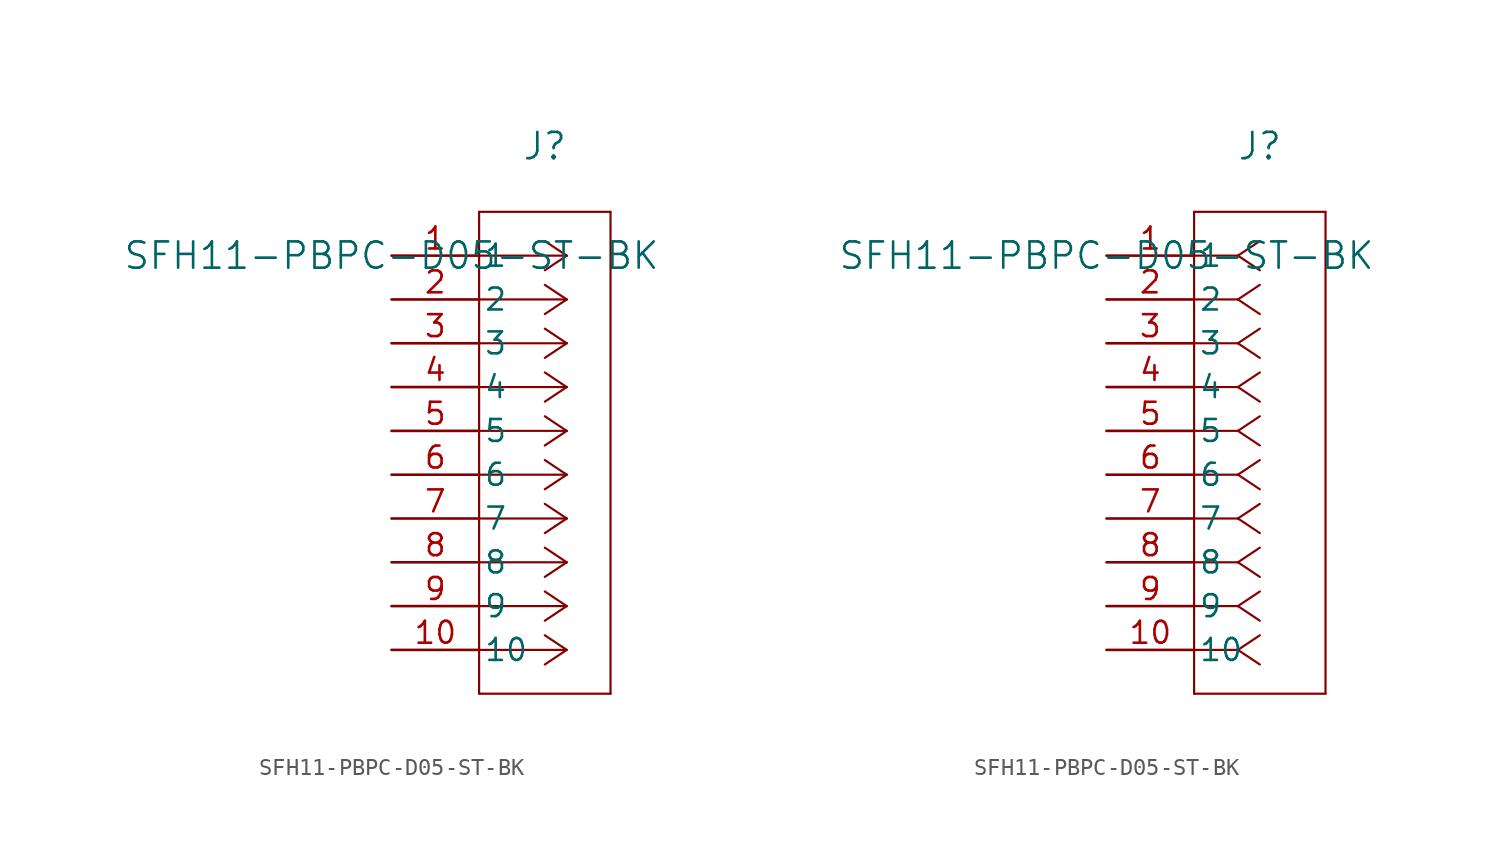
<source format=kicad_sym>
(kicad_symbol_lib
  (version 20211014)
  (generator kicad_symbol_editor)
  (symbol "SFH11-PBPC-D05-ST-BK"
    (pin_names
      (offset 0.254))
    (property "Reference" "J"
      (at 8.89 6.35 0)
      (effects (font (size 1.524 1.524))))
    (property "Value" "SFH11-PBPC-D05-ST-BK"
      (at 0 0 0)
      (effects (font (size 1.524 1.524))))
    (symbol "SFH11-PBPC-D05-ST-BK_1_1"
      (polyline (pts (xy 10.16 0) (xy 5.08 0)) (stroke (width 0.127) (type default) (color 0 0 0 0)) (fill (type none)))
      (polyline (pts (xy 10.16 -2.54) (xy 5.08 -2.54)) (stroke (width 0.127) (type default) (color 0 0 0 0)) (fill (type none)))
      (polyline (pts (xy 10.16 -5.08) (xy 5.08 -5.08)) (stroke (width 0.127) (type default) (color 0 0 0 0)) (fill (type none)))
      (polyline (pts (xy 10.16 -7.62) (xy 5.08 -7.62)) (stroke (width 0.127) (type default) (color 0 0 0 0)) (fill (type none)))
      (polyline (pts (xy 10.16 -10.16) (xy 5.08 -10.16)) (stroke (width 0.127) (type default) (color 0 0 0 0)) (fill (type none)))
      (polyline (pts (xy 10.16 -12.7) (xy 5.08 -12.7)) (stroke (width 0.127) (type default) (color 0 0 0 0)) (fill (type none)))
      (polyline (pts (xy 10.16 -15.24) (xy 5.08 -15.24)) (stroke (width 0.127) (type default) (color 0 0 0 0)) (fill (type none)))
      (polyline (pts (xy 10.16 -17.78) (xy 5.08 -17.78)) (stroke (width 0.127) (type default) (color 0 0 0 0)) (fill (type none)))
      (polyline (pts (xy 10.16 -20.32) (xy 5.08 -20.32)) (stroke (width 0.127) (type default) (color 0 0 0 0)) (fill (type none)))
      (polyline (pts (xy 10.16 -22.86) (xy 5.08 -22.86)) (stroke (width 0.127) (type default) (color 0 0 0 0)) (fill (type none)))
      (polyline (pts (xy 10.16 0) (xy 8.89 0.847)) (stroke (width 0.127) (type default) (color 0 0 0 0)) (fill (type none)))
      (polyline (pts (xy 10.16 -2.54) (xy 8.89 -1.693)) (stroke (width 0.127) (type default) (color 0 0 0 0)) (fill (type none)))
      (polyline (pts (xy 10.16 -5.08) (xy 8.89 -4.233)) (stroke (width 0.127) (type default) (color 0 0 0 0)) (fill (type none)))
      (polyline (pts (xy 10.16 -7.62) (xy 8.89 -6.773)) (stroke (width 0.127) (type default) (color 0 0 0 0)) (fill (type none)))
      (polyline (pts (xy 10.16 -10.16) (xy 8.89 -9.313)) (stroke (width 0.127) (type default) (color 0 0 0 0)) (fill (type none)))
      (polyline (pts (xy 10.16 -12.7) (xy 8.89 -11.853)) (stroke (width 0.127) (type default) (color 0 0 0 0)) (fill (type none)))
      (polyline (pts (xy 10.16 -15.24) (xy 8.89 -14.393)) (stroke (width 0.127) (type default) (color 0 0 0 0)) (fill (type none)))
      (polyline (pts (xy 10.16 -17.78) (xy 8.89 -16.933)) (stroke (width 0.127) (type default) (color 0 0 0 0)) (fill (type none)))
      (polyline (pts (xy 10.16 -20.32) (xy 8.89 -19.473)) (stroke (width 0.127) (type default) (color 0 0 0 0)) (fill (type none)))
      (polyline (pts (xy 10.16 -22.86) (xy 8.89 -22.013)) (stroke (width 0.127) (type default) (color 0 0 0 0)) (fill (type none)))
      (polyline (pts (xy 10.16 0) (xy 8.89 -0.847)) (stroke (width 0.127) (type default) (color 0 0 0 0)) (fill (type none)))
      (polyline (pts (xy 10.16 -2.54) (xy 8.89 -3.387)) (stroke (width 0.127) (type default) (color 0 0 0 0)) (fill (type none)))
      (polyline (pts (xy 10.16 -5.08) (xy 8.89 -5.927)) (stroke (width 0.127) (type default) (color 0 0 0 0)) (fill (type none)))
      (polyline (pts (xy 10.16 -7.62) (xy 8.89 -8.467)) (stroke (width 0.127) (type default) (color 0 0 0 0)) (fill (type none)))
      (polyline (pts (xy 10.16 -10.16) (xy 8.89 -11.007)) (stroke (width 0.127) (type default) (color 0 0 0 0)) (fill (type none)))
      (polyline (pts (xy 10.16 -12.7) (xy 8.89 -13.547)) (stroke (width 0.127) (type default) (color 0 0 0 0)) (fill (type none)))
      (polyline (pts (xy 10.16 -15.24) (xy 8.89 -16.087)) (stroke (width 0.127) (type default) (color 0 0 0 0)) (fill (type none)))
      (polyline (pts (xy 10.16 -17.78) (xy 8.89 -18.627)) (stroke (width 0.127) (type default) (color 0 0 0 0)) (fill (type none)))
      (polyline (pts (xy 10.16 -20.32) (xy 8.89 -21.167)) (stroke (width 0.127) (type default) (color 0 0 0 0)) (fill (type none)))
      (polyline (pts (xy 10.16 -22.86) (xy 8.89 -23.707)) (stroke (width 0.127) (type default) (color 0 0 0 0)) (fill (type none)))
      (polyline (pts (xy 5.08 2.54) (xy 5.08 -25.4)) (stroke (width 0.127) (type default) (color 0 0 0 0)) (fill (type none)))
      (polyline (pts (xy 5.08 -25.4) (xy 12.7 -25.4)) (stroke (width 0.127) (type default) (color 0 0 0 0)) (fill (type none)))
      (polyline (pts (xy 12.7 -25.4) (xy 12.7 2.54)) (stroke (width 0.127) (type default) (color 0 0 0 0)) (fill (type none)))
      (polyline (pts (xy 12.7 2.54) (xy 5.08 2.54)) (stroke (width 0.127) (type default) (color 0 0 0 0)) (fill (type none)))
      (pin unspecified line (at 0 0 0) (length 5.08) (name "1" (effects (font (size 1.27 1.27)))) (number "1" (effects (font (size 1.27 1.27)))))
      (pin unspecified line (at 0 -2.54 0) (length 5.08) (name "2" (effects (font (size 1.27 1.27)))) (number "2" (effects (font (size 1.27 1.27)))))
      (pin unspecified line (at 0 -5.08 0) (length 5.08) (name "3" (effects (font (size 1.27 1.27)))) (number "3" (effects (font (size 1.27 1.27)))))
      (pin unspecified line (at 0 -7.62 0) (length 5.08) (name "4" (effects (font (size 1.27 1.27)))) (number "4" (effects (font (size 1.27 1.27)))))
      (pin unspecified line (at 0 -10.16 0) (length 5.08) (name "5" (effects (font (size 1.27 1.27)))) (number "5" (effects (font (size 1.27 1.27)))))
      (pin unspecified line (at 0 -12.7 0) (length 5.08) (name "6" (effects (font (size 1.27 1.27)))) (number "6" (effects (font (size 1.27 1.27)))))
      (pin unspecified line (at 0 -15.24 0) (length 5.08) (name "7" (effects (font (size 1.27 1.27)))) (number "7" (effects (font (size 1.27 1.27)))))
      (pin unspecified line (at 0 -17.78 0) (length 5.08) (name "8" (effects (font (size 1.27 1.27)))) (number "8" (effects (font (size 1.27 1.27)))))
      (pin unspecified line (at 0 -20.32 0) (length 5.08) (name "9" (effects (font (size 1.27 1.27)))) (number "9" (effects (font (size 1.27 1.27)))))
      (pin unspecified line (at 0 -22.86 0) (length 5.08) (name "10" (effects (font (size 1.27 1.27)))) (number "10" (effects (font (size 1.27 1.27))))))
    (symbol "SFH11-PBPC-D05-ST-BK_1_2"
      (polyline (pts (xy 7.62 0) (xy 5.08 0)) (stroke (width 0.127) (type default) (color 0 0 0 0)) (fill (type none)))
      (polyline (pts (xy 7.62 -2.54) (xy 5.08 -2.54)) (stroke (width 0.127) (type default) (color 0 0 0 0)) (fill (type none)))
      (polyline (pts (xy 7.62 -5.08) (xy 5.08 -5.08)) (stroke (width 0.127) (type default) (color 0 0 0 0)) (fill (type none)))
      (polyline (pts (xy 7.62 -7.62) (xy 5.08 -7.62)) (stroke (width 0.127) (type default) (color 0 0 0 0)) (fill (type none)))
      (polyline (pts (xy 7.62 -10.16) (xy 5.08 -10.16)) (stroke (width 0.127) (type default) (color 0 0 0 0)) (fill (type none)))
      (polyline (pts (xy 7.62 -12.7) (xy 5.08 -12.7)) (stroke (width 0.127) (type default) (color 0 0 0 0)) (fill (type none)))
      (polyline (pts (xy 7.62 -15.24) (xy 5.08 -15.24)) (stroke (width 0.127) (type default) (color 0 0 0 0)) (fill (type none)))
      (polyline (pts (xy 7.62 -17.78) (xy 5.08 -17.78)) (stroke (width 0.127) (type default) (color 0 0 0 0)) (fill (type none)))
      (polyline (pts (xy 7.62 -20.32) (xy 5.08 -20.32)) (stroke (width 0.127) (type default) (color 0 0 0 0)) (fill (type none)))
      (polyline (pts (xy 7.62 -22.86) (xy 5.08 -22.86)) (stroke (width 0.127) (type default) (color 0 0 0 0)) (fill (type none)))
      (polyline (pts (xy 7.62 0) (xy 8.89 0.847)) (stroke (width 0.127) (type default) (color 0 0 0 0)) (fill (type none)))
      (polyline (pts (xy 7.62 -2.54) (xy 8.89 -1.693)) (stroke (width 0.127) (type default) (color 0 0 0 0)) (fill (type none)))
      (polyline (pts (xy 7.62 -5.08) (xy 8.89 -4.233)) (stroke (width 0.127) (type default) (color 0 0 0 0)) (fill (type none)))
      (polyline (pts (xy 7.62 -7.62) (xy 8.89 -6.773)) (stroke (width 0.127) (type default) (color 0 0 0 0)) (fill (type none)))
      (polyline (pts (xy 7.62 -10.16) (xy 8.89 -9.313)) (stroke (width 0.127) (type default) (color 0 0 0 0)) (fill (type none)))
      (polyline (pts (xy 7.62 -12.7) (xy 8.89 -11.853)) (stroke (width 0.127) (type default) (color 0 0 0 0)) (fill (type none)))
      (polyline (pts (xy 7.62 -15.24) (xy 8.89 -14.393)) (stroke (width 0.127) (type default) (color 0 0 0 0)) (fill (type none)))
      (polyline (pts (xy 7.62 -17.78) (xy 8.89 -16.933)) (stroke (width 0.127) (type default) (color 0 0 0 0)) (fill (type none)))
      (polyline (pts (xy 7.62 -20.32) (xy 8.89 -19.473)) (stroke (width 0.127) (type default) (color 0 0 0 0)) (fill (type none)))
      (polyline (pts (xy 7.62 -22.86) (xy 8.89 -22.013)) (stroke (width 0.127) (type default) (color 0 0 0 0)) (fill (type none)))
      (polyline (pts (xy 7.62 0) (xy 8.89 -0.847)) (stroke (width 0.127) (type default) (color 0 0 0 0)) (fill (type none)))
      (polyline (pts (xy 7.62 -2.54) (xy 8.89 -3.387)) (stroke (width 0.127) (type default) (color 0 0 0 0)) (fill (type none)))
      (polyline (pts (xy 7.62 -5.08) (xy 8.89 -5.927)) (stroke (width 0.127) (type default) (color 0 0 0 0)) (fill (type none)))
      (polyline (pts (xy 7.62 -7.62) (xy 8.89 -8.467)) (stroke (width 0.127) (type default) (color 0 0 0 0)) (fill (type none)))
      (polyline (pts (xy 7.62 -10.16) (xy 8.89 -11.007)) (stroke (width 0.127) (type default) (color 0 0 0 0)) (fill (type none)))
      (polyline (pts (xy 7.62 -12.7) (xy 8.89 -13.547)) (stroke (width 0.127) (type default) (color 0 0 0 0)) (fill (type none)))
      (polyline (pts (xy 7.62 -15.24) (xy 8.89 -16.087)) (stroke (width 0.127) (type default) (color 0 0 0 0)) (fill (type none)))
      (polyline (pts (xy 7.62 -17.78) (xy 8.89 -18.627)) (stroke (width 0.127) (type default) (color 0 0 0 0)) (fill (type none)))
      (polyline (pts (xy 7.62 -20.32) (xy 8.89 -21.167)) (stroke (width 0.127) (type default) (color 0 0 0 0)) (fill (type none)))
      (polyline (pts (xy 7.62 -22.86) (xy 8.89 -23.707)) (stroke (width 0.127) (type default) (color 0 0 0 0)) (fill (type none)))
      (polyline (pts (xy 5.08 2.54) (xy 5.08 -25.4)) (stroke (width 0.127) (type default) (color 0 0 0 0)) (fill (type none)))
      (polyline (pts (xy 5.08 -25.4) (xy 12.7 -25.4)) (stroke (width 0.127) (type default) (color 0 0 0 0)) (fill (type none)))
      (polyline (pts (xy 12.7 -25.4) (xy 12.7 2.54)) (stroke (width 0.127) (type default) (color 0 0 0 0)) (fill (type none)))
      (polyline (pts (xy 12.7 2.54) (xy 5.08 2.54)) (stroke (width 0.127) (type default) (color 0 0 0 0)) (fill (type none)))
      (pin unspecified line (at 0 0 0) (length 5.08) (name "1" (effects (font (size 1.27 1.27)))) (number "1" (effects (font (size 1.27 1.27)))))
      (pin unspecified line (at 0 -2.54 0) (length 5.08) (name "2" (effects (font (size 1.27 1.27)))) (number "2" (effects (font (size 1.27 1.27)))))
      (pin unspecified line (at 0 -5.08 0) (length 5.08) (name "3" (effects (font (size 1.27 1.27)))) (number "3" (effects (font (size 1.27 1.27)))))
      (pin unspecified line (at 0 -7.62 0) (length 5.08) (name "4" (effects (font (size 1.27 1.27)))) (number "4" (effects (font (size 1.27 1.27)))))
      (pin unspecified line (at 0 -10.16 0) (length 5.08) (name "5" (effects (font (size 1.27 1.27)))) (number "5" (effects (font (size 1.27 1.27)))))
      (pin unspecified line (at 0 -12.7 0) (length 5.08) (name "6" (effects (font (size 1.27 1.27)))) (number "6" (effects (font (size 1.27 1.27)))))
      (pin unspecified line (at 0 -15.24 0) (length 5.08) (name "7" (effects (font (size 1.27 1.27)))) (number "7" (effects (font (size 1.27 1.27)))))
      (pin unspecified line (at 0 -17.78 0) (length 5.08) (name "8" (effects (font (size 1.27 1.27)))) (number "8" (effects (font (size 1.27 1.27)))))
      (pin unspecified line (at 0 -20.32 0) (length 5.08) (name "9" (effects (font (size 1.27 1.27)))) (number "9" (effects (font (size 1.27 1.27)))))
      (pin unspecified line (at 0 -22.86 0) (length 5.08) (name "10" (effects (font (size 1.27 1.27)))) (number "10" (effects (font (size 1.27 1.27))))))))
</source>
